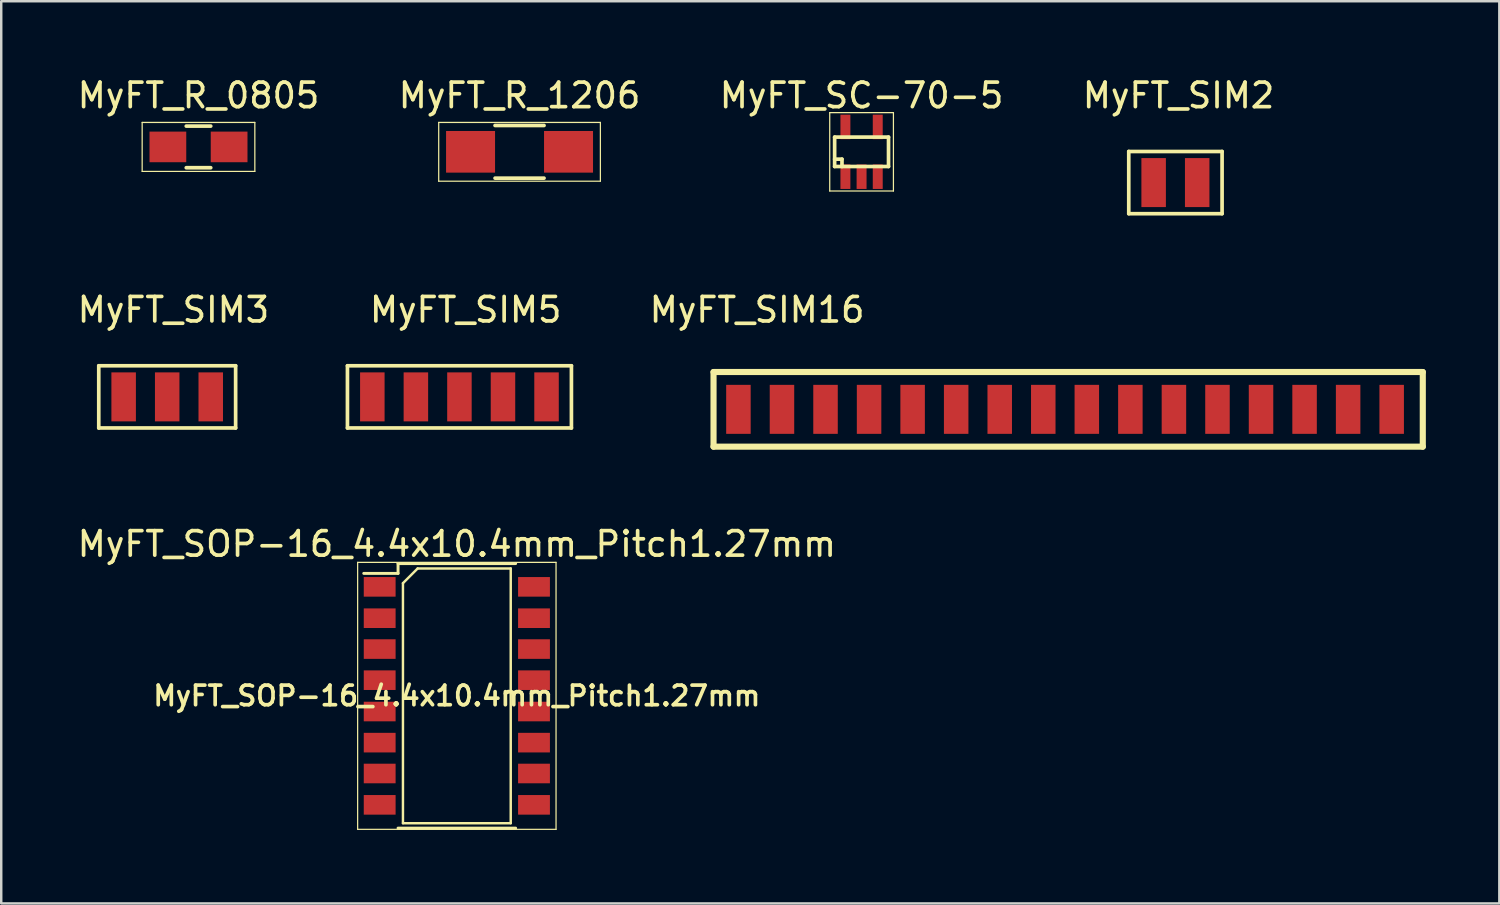
<source format=kicad_pcb>
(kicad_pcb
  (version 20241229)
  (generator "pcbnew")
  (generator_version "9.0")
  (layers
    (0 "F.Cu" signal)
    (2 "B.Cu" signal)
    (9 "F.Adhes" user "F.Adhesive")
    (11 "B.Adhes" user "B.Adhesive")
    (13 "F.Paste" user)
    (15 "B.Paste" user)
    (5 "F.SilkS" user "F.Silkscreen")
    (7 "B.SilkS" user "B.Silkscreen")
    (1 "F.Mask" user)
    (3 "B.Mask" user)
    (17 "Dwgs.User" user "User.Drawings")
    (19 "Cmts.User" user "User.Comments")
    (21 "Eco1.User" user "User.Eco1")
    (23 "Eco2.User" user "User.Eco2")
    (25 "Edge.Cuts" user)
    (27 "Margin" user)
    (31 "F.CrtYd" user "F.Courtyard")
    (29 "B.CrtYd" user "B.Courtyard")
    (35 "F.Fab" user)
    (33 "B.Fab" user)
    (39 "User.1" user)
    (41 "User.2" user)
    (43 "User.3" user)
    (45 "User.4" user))
  (footprint "MyFT_SIM5"
    (layer "F.Cu")
    (at 15.707 14.169)
    (property "Reference" "MyFT_SIM5" (at 0.254 -4.572 0) (layer "F.SilkS") (effects (font (size 1 1) (thickness 0.15))))
    (attr smd)
    (fp_line (start -4.572 -2.286) (end 4.572 -2.286) (stroke (width 0.15) (type solid)) (layer "F.SilkS"))
    (fp_line (start -4.572 0.254) (end -4.572 -2.286) (stroke (width 0.15) (type solid)) (layer "F.SilkS"))
    (fp_line (start -4.572 0.254) (end 4.572 0.254) (stroke (width 0.15) (type solid)) (layer "F.SilkS"))
    (fp_line (start 4.572 -2.286) (end 4.572 0.254) (stroke (width 0.15) (type solid)) (layer "F.SilkS"))
    (pad "1" smd rect (at -3.556 -1.016) (size 1 2) (layers "F.Cu" "F.Mask" "F.Paste"))
    (pad "2" smd rect (at -1.778 -1.016) (size 1 2) (layers "F.Cu" "F.Mask" "F.Paste"))
    (pad "3" smd rect (at 0 -1.016) (size 1 2) (layers "F.Cu" "F.Mask" "F.Paste"))
    (pad "4" smd rect (at 1.778 -1.016) (size 1 2) (layers "F.Cu" "F.Mask" "F.Paste"))
    (pad "5" smd rect (at 3.556 -1.016) (size 1 2) (layers "F.Cu" "F.Mask" "F.Paste")))
  (footprint "MyFT_R_1206"
    (layer "F.Cu")
    (at 18.161 3.148)
    (property "Reference" "MyFT_R_1206" (at 0 -2.3 0) (layer "F.SilkS") (effects (font (size 1 1) (thickness 0.15))))
    (attr smd)
    (fp_line (start -3.3 -1.2) (end -3.3 1.2) (stroke (width 0.05) (type solid)) (layer "F.SilkS"))
    (fp_line (start -3.3 -1.2) (end 3.3 -1.2) (stroke (width 0.05) (type solid)) (layer "F.SilkS"))
    (fp_line (start -3.3 1.2) (end 3.3 1.2) (stroke (width 0.05) (type solid)) (layer "F.SilkS"))
    (fp_line (start -1 -1.075) (end 1 -1.075) (stroke (width 0.15) (type solid)) (layer "F.SilkS"))
    (fp_line (start 1 1.075) (end -1 1.075) (stroke (width 0.15) (type solid)) (layer "F.SilkS"))
    (fp_line (start 3.3 -1.2) (end 3.3 1.2) (stroke (width 0.05) (type solid)) (layer "F.SilkS"))
    (pad "1" smd rect (at -2 0) (size 2 1.7) (layers "F.Cu" "F.Mask" "F.Paste"))
    (pad "2" smd rect (at 2 0) (size 2 1.7) (layers "F.Cu" "F.Mask" "F.Paste")))
  (footprint "MyFT_SIM2"
    (layer "F.Cu")
    (at 44.811 5.42)
    (property "Reference" "MyFT_SIM2" (at 0.254 -4.572 0) (layer "F.SilkS") (effects (font (size 1 1) (thickness 0.15))))
    (attr smd)
    (fp_line (start -1.778 -2.286) (end 2.032 -2.286) (stroke (width 0.15) (type solid)) (layer "F.SilkS"))
    (fp_line (start -1.778 0.254) (end -1.778 -2.286) (stroke (width 0.15) (type solid)) (layer "F.SilkS"))
    (fp_line (start 2.032 -2.286) (end 2.032 0.254) (stroke (width 0.15) (type solid)) (layer "F.SilkS"))
    (fp_line (start 2.032 0.254) (end -1.778 0.254) (stroke (width 0.15) (type solid)) (layer "F.SilkS"))
    (pad "1" smd rect (at -0.762 -1.016) (size 1 2) (layers "F.Cu" "F.Mask" "F.Paste"))
    (pad "2" smd rect (at 1.016 -1.016) (size 1 2) (layers "F.Cu" "F.Mask" "F.Paste")))
  (footprint "MyFT_SOP-16_4.4x10.4mm_Pitch1.27mm"
    (layer "F.Cu")
    (at 15.601 25.359)
    (property "Reference" "MyFT_SOP-16_4.4x10.4mm_Pitch1.27mm" (at 0 -6.2 0) (layer "F.SilkS") (effects (font (size 1 1) (thickness 0.15))))
    (attr smd)
    (fp_line (start -4.05 -5.45) (end -4.05 5.45) (stroke (width 0.05) (type solid)) (layer "F.SilkS"))
    (fp_line (start -4.05 -5.45) (end 4.05 -5.45) (stroke (width 0.05) (type solid)) (layer "F.SilkS"))
    (fp_line (start -2.4 -5.4) (end -2.4 -5) (stroke (width 0.12) (type solid)) (layer "F.SilkS"))
    (fp_line (start -2.4 -5.4) (end 2.4 -5.4) (stroke (width 0.12) (type solid)) (layer "F.SilkS"))
    (fp_line (start -2.4 -5) (end -3.8 -5) (stroke (width 0.12) (type solid)) (layer "F.SilkS"))
    (fp_line (start -2.4 5.4) (end 2.4 5.4) (stroke (width 0.12) (type solid)) (layer "F.SilkS"))
    (fp_line (start -2.2 -4.6) (end -1.6 -5.2) (stroke (width 0.1) (type solid)) (layer "F.SilkS"))
    (fp_line (start -2.2 5.2) (end -2.2 -4.6) (stroke (width 0.1) (type solid)) (layer "F.SilkS"))
    (fp_line (start -1.6 -5.2) (end 2.2 -5.2) (stroke (width 0.1) (type solid)) (layer "F.SilkS"))
    (fp_line (start 2.2 -5.2) (end 2.2 5.2) (stroke (width 0.1) (type solid)) (layer "F.SilkS"))
    (fp_line (start 2.2 5.2) (end -2.2 5.2) (stroke (width 0.1) (type solid)) (layer "F.SilkS"))
    (fp_line (start 4.05 5.45) (end -4.05 5.45) (stroke (width 0.05) (type solid)) (layer "F.SilkS"))
    (fp_line (start 4.05 5.45) (end 4.05 -5.45) (stroke (width 0.05) (type solid)) (layer "F.SilkS"))
    (fp_text user "${REFERENCE}" (at 0 0 0) (layer "F.SilkS") (effects (font (size 0.8 0.8) (thickness 0.15))))
    (pad "1" smd rect (at -3.15 -4.45) (size 1.3 0.8) (layers "F.Cu" "F.Mask" "F.Paste"))
    (pad "2" smd rect (at -3.15 -3.17) (size 1.3 0.8) (layers "F.Cu" "F.Mask" "F.Paste"))
    (pad "3" smd rect (at -3.15 -1.91) (size 1.3 0.8) (layers "F.Cu" "F.Mask" "F.Paste"))
    (pad "4" smd rect (at -3.15 -0.64) (size 1.3 0.8) (layers "F.Cu" "F.Mask" "F.Paste"))
    (pad "5" smd rect (at -3.15 0.64) (size 1.3 0.8) (layers "F.Cu" "F.Mask" "F.Paste"))
    (pad "6" smd rect (at -3.15 1.91) (size 1.3 0.8) (layers "F.Cu" "F.Mask" "F.Paste"))
    (pad "7" smd rect (at -3.15 3.17) (size 1.3 0.8) (layers "F.Cu" "F.Mask" "F.Paste"))
    (pad "8" smd rect (at -3.15 4.45) (size 1.3 0.8) (layers "F.Cu" "F.Mask" "F.Paste"))
    (pad "9" smd rect (at 3.15 4.45) (size 1.3 0.8) (layers "F.Cu" "F.Mask" "F.Paste"))
    (pad "10" smd rect (at 3.15 3.17) (size 1.3 0.8) (layers "F.Cu" "F.Mask" "F.Paste"))
    (pad "11" smd rect (at 3.15 1.91) (size 1.3 0.8) (layers "F.Cu" "F.Mask" "F.Paste"))
    (pad "12" smd rect (at 3.15 0.64) (size 1.3 0.8) (layers "F.Cu" "F.Mask" "F.Paste"))
    (pad "13" smd rect (at 3.15 -0.64) (size 1.3 0.8) (layers "F.Cu" "F.Mask" "F.Paste"))
    (pad "14" smd rect (at 3.15 -1.91) (size 1.3 0.8) (layers "F.Cu" "F.Mask" "F.Paste"))
    (pad "15" smd rect (at 3.15 -3.17) (size 1.3 0.8) (layers "F.Cu" "F.Mask" "F.Paste"))
    (pad "16" smd rect (at 3.15 -4.45) (size 1.3 0.8) (layers "F.Cu" "F.Mask" "F.Paste")))
  (footprint "MyFT_SC-70-5"
    (layer "F.Cu")
    (at 32.125 3.148)
    (property "Reference" "MyFT_SC-70-5" (at 0 -2.3 0) (layer "F.SilkS") (effects (font (size 1 1) (thickness 0.15))))
    (attr smd)
    (fp_line (start -1.3 -1.6) (end 1.3 -1.6) (stroke (width 0.05) (type solid)) (layer "F.SilkS"))
    (fp_line (start -1.3 1.6) (end -1.3 -1.6) (stroke (width 0.05) (type solid)) (layer "F.SilkS"))
    (fp_line (start -1.1 -0.6) (end -1.1 0.6) (stroke (width 0.15) (type solid)) (layer "F.SilkS"))
    (fp_line (start -1.1 0.3) (end -0.8 0.3) (stroke (width 0.15) (type solid)) (layer "F.SilkS"))
    (fp_line (start -1.1 0.6) (end 1.1 0.6) (stroke (width 0.15) (type solid)) (layer "F.SilkS"))
    (fp_line (start -0.8 0.3) (end -0.8 0.6) (stroke (width 0.15) (type solid)) (layer "F.SilkS"))
    (fp_line (start 1.1 -0.6) (end -1.1 -0.6) (stroke (width 0.15) (type solid)) (layer "F.SilkS"))
    (fp_line (start 1.1 0.6) (end 1.1 -0.6) (stroke (width 0.15) (type solid)) (layer "F.SilkS"))
    (fp_line (start 1.3 -1.6) (end 1.3 1.6) (stroke (width 0.05) (type solid)) (layer "F.SilkS"))
    (fp_line (start 1.3 1.6) (end -1.3 1.6) (stroke (width 0.05) (type solid)) (layer "F.SilkS"))
    (pad "1" smd rect (at -0.66 1.016) (size 0.406 1) (layers "F.Cu" "F.Mask" "F.Paste"))
    (pad "2" smd rect (at 0 1.016) (size 0.406 1) (layers "F.Cu" "F.Mask" "F.Paste"))
    (pad "3" smd rect (at 0.66 1.016) (size 0.406 1) (layers "F.Cu" "F.Mask" "F.Paste"))
    (pad "4" smd rect (at 0.66 -1.016) (size 0.406 1) (layers "F.Cu" "F.Mask" "F.Paste"))
    (pad "5" smd rect (at -0.66 -1.016) (size 0.406 1) (layers "F.Cu" "F.Mask" "F.Paste")))
  (footprint "MyFT_SIM3"
    (layer "F.Cu")
    (at 3.776 14.169)
    (property "Reference" "MyFT_SIM3" (at 0.254 -4.572 0) (layer "F.SilkS") (effects (font (size 1 1) (thickness 0.15))))
    (attr smd)
    (fp_line (start -2.794 -2.286) (end 2.794 -2.286) (stroke (width 0.15) (type solid)) (layer "F.SilkS"))
    (fp_line (start -2.794 0.254) (end -2.794 -2.286) (stroke (width 0.15) (type solid)) (layer "F.SilkS"))
    (fp_line (start 2.794 -2.286) (end 2.794 0.254) (stroke (width 0.15) (type solid)) (layer "F.SilkS"))
    (fp_line (start 2.794 0.254) (end -2.794 0.254) (stroke (width 0.15) (type solid)) (layer "F.SilkS"))
    (pad "1" smd rect (at -1.778 -1.016) (size 1 2) (layers "F.Cu" "F.Mask" "F.Paste"))
    (pad "2" smd rect (at 0 -1.016) (size 1 2) (layers "F.Cu" "F.Mask" "F.Paste"))
    (pad "3" smd rect (at 1.778 -1.016) (size 1 2) (layers "F.Cu" "F.Mask" "F.Paste")))
  (footprint "MyFT_R_0805"
    (layer "F.Cu")
    (at 5.054 2.948)
    (property "Reference" "MyFT_R_0805" (at 0 -2.1 0) (layer "F.SilkS") (effects (font (size 1 1) (thickness 0.15))))
    (attr smd)
    (fp_line (start -2.3 -1) (end -2.3 1) (stroke (width 0.05) (type solid)) (layer "F.SilkS"))
    (fp_line (start -2.3 -1) (end 2.3 -1) (stroke (width 0.05) (type solid)) (layer "F.SilkS"))
    (fp_line (start -2.3 1) (end 2.3 1) (stroke (width 0.05) (type solid)) (layer "F.SilkS"))
    (fp_line (start -0.5 0.85) (end 0.5 0.85) (stroke (width 0.15) (type solid)) (layer "F.SilkS"))
    (fp_line (start 0.5 -0.85) (end -0.5 -0.85) (stroke (width 0.15) (type solid)) (layer "F.SilkS"))
    (fp_line (start 2.3 -1) (end 2.3 1) (stroke (width 0.05) (type solid)) (layer "F.SilkS"))
    (pad "1" smd rect (at -1.25 0) (size 1.5 1.25) (layers "F.Cu" "F.Mask" "F.Paste"))
    (pad "2" smd rect (at 1.25 0) (size 1.5 1.25) (layers "F.Cu" "F.Mask" "F.Paste")))
  (footprint "MyFT_SIM16"
    (layer "F.Cu")
    (at 40.305 13.662)
    (property "Reference" "MyFT_SIM16" (at -12.446 -4.064 0) (layer "F.SilkS") (effects (font (size 1 1) (thickness 0.15))))
    (attr smd)
    (fp_line (start -14.224 -1.524) (end 14.732 -1.524) (stroke (width 0.25) (type solid)) (layer "F.SilkS"))
    (fp_line (start -14.224 1.524) (end -14.224 -1.524) (stroke (width 0.25) (type solid)) (layer "F.SilkS"))
    (fp_line (start 14.732 -1.524) (end 14.732 1.524) (stroke (width 0.25) (type solid)) (layer "F.SilkS"))
    (fp_line (start 14.732 1.524) (end -14.224 1.524) (stroke (width 0.25) (type solid)) (layer "F.SilkS"))
    (pad "1" smd rect (at -13.208 0) (size 1 2) (layers "F.Cu" "F.Mask" "F.Paste"))
    (pad "2" smd rect (at -11.43 0) (size 1 2) (layers "F.Cu" "F.Mask" "F.Paste"))
    (pad "3" smd rect (at -9.652 0) (size 1 2) (layers "F.Cu" "F.Mask" "F.Paste"))
    (pad "4" smd rect (at -7.874 0) (size 1 2) (layers "F.Cu" "F.Mask" "F.Paste"))
    (pad "5" smd rect (at -6.096 0) (size 1 2) (layers "F.Cu" "F.Mask" "F.Paste"))
    (pad "6" smd rect (at -4.318 0) (size 1 2) (layers "F.Cu" "F.Mask" "F.Paste"))
    (pad "7" smd rect (at -2.54 0) (size 1 2) (layers "F.Cu" "F.Mask" "F.Paste"))
    (pad "8" smd rect (at -0.762 0) (size 1 2) (layers "F.Cu" "F.Mask" "F.Paste"))
    (pad "9" smd rect (at 1.016 0) (size 1 2) (layers "F.Cu" "F.Mask" "F.Paste"))
    (pad "10" smd rect (at 2.794 0) (size 1 2) (layers "F.Cu" "F.Mask" "F.Paste"))
    (pad "11" smd rect (at 4.572 0) (size 1 2) (layers "F.Cu" "F.Mask" "F.Paste"))
    (pad "12" smd rect (at 6.35 0) (size 1 2) (layers "F.Cu" "F.Mask" "F.Paste"))
    (pad "13" smd rect (at 8.128 0) (size 1 2) (layers "F.Cu" "F.Mask" "F.Paste"))
    (pad "14" smd rect (at 9.906 0) (size 1 2) (layers "F.Cu" "F.Mask" "F.Paste"))
    (pad "15" smd rect (at 11.684 0) (size 1 2) (layers "F.Cu" "F.Mask" "F.Paste"))
    (pad "16" smd rect (at 13.462 0) (size 1 2) (layers "F.Cu" "F.Mask" "F.Paste")))
  (gr_rect
    (start -3 -3)
    (end 58.162 33.834)
    (stroke (width 0.1) (type default))
    (fill no)
    (layer "Edge.Cuts")))
</source>
